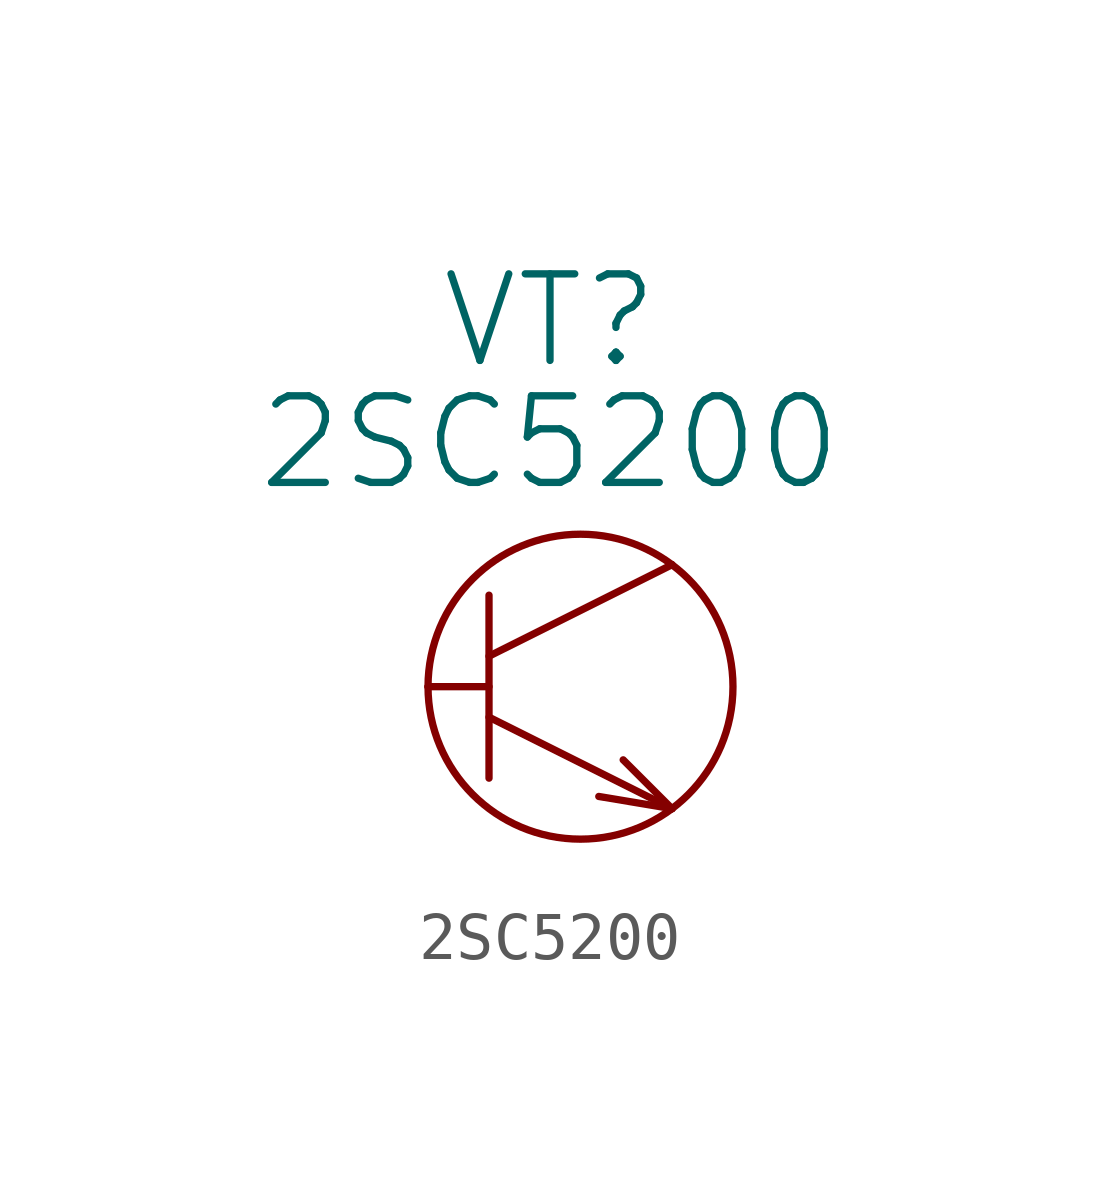
<source format=kicad_sym>
(kicad_symbol_lib
  (version 20211014)
  (generator kicad_symbol_editor)
  (symbol "2SC5200"
    (pin_numbers hide)
    (pin_names
      (offset 0))
    (property "Reference" "VT"
      (at 2.54 7.62 0)
      (effects (font (size 1.803 1.803))))
    (property "Value" "2SC5200"
      (at 2.54 5.08 0)
      (effects (font (size 1.803 1.803))))
    (property "Footprint" ""
      (at 0 0 0)
      (effects (font (size 1.524 1.524))))
    (property "Datasheet" ""
      (at 0 0 0)
      (effects (font (size 1.524 1.524))))
    (symbol "2SC5200_0_1"
      (polyline (pts (xy 1.27 0) (xy 0 0)) (stroke (width 0) (type default) (color 0 0 0 0)) (fill (type none)))
      (polyline (pts (xy 1.27 0.635) (xy 5.08 2.54)) (stroke (width 0) (type default) (color 0 0 0 0)) (fill (type none)))
      (polyline (pts (xy 1.27 1.905) (xy 1.27 -1.905)) (stroke (width 0) (type default) (color 0 0 0 0)) (fill (type none)))
      (polyline (pts (xy 5.08 -2.54) (xy 1.27 -0.635)) (stroke (width 0) (type default) (color 0 0 0 0)) (fill (type none)))
      (polyline (pts (xy 5.08 -2.54) (xy 3.556 -2.286)) (stroke (width 0) (type default) (color 0 0 0 0)) (fill (type none)))
      (polyline (pts (xy 5.08 -2.54) (xy 4.064 -1.524)) (stroke (width 0) (type default) (color 0 0 0 0)) (fill (type none)))
      (circle (center 3.175 0) (radius 3.175) (stroke (width 0) (type default) (color 0 0 0 0)) (fill (type none))))
    (symbol "2SC5200_1_1"
      (pin input line (at 0 0 0) (length 0) (name "~" (effects (font (size 1.27 1.27)))) (number "1" (effects (font (size 1.27 1.27)))))
      (pin input line (at 5.08 2.54 180) (length 0) (name "~" (effects (font (size 1.27 1.27)))) (number "2" (effects (font (size 1.27 1.27)))))
      (pin output line (at 5.08 -2.54 180) (length 0) (name "~" (effects (font (size 1.27 1.27)))) (number "3" (effects (font (size 1.27 1.27))))))))
</source>
